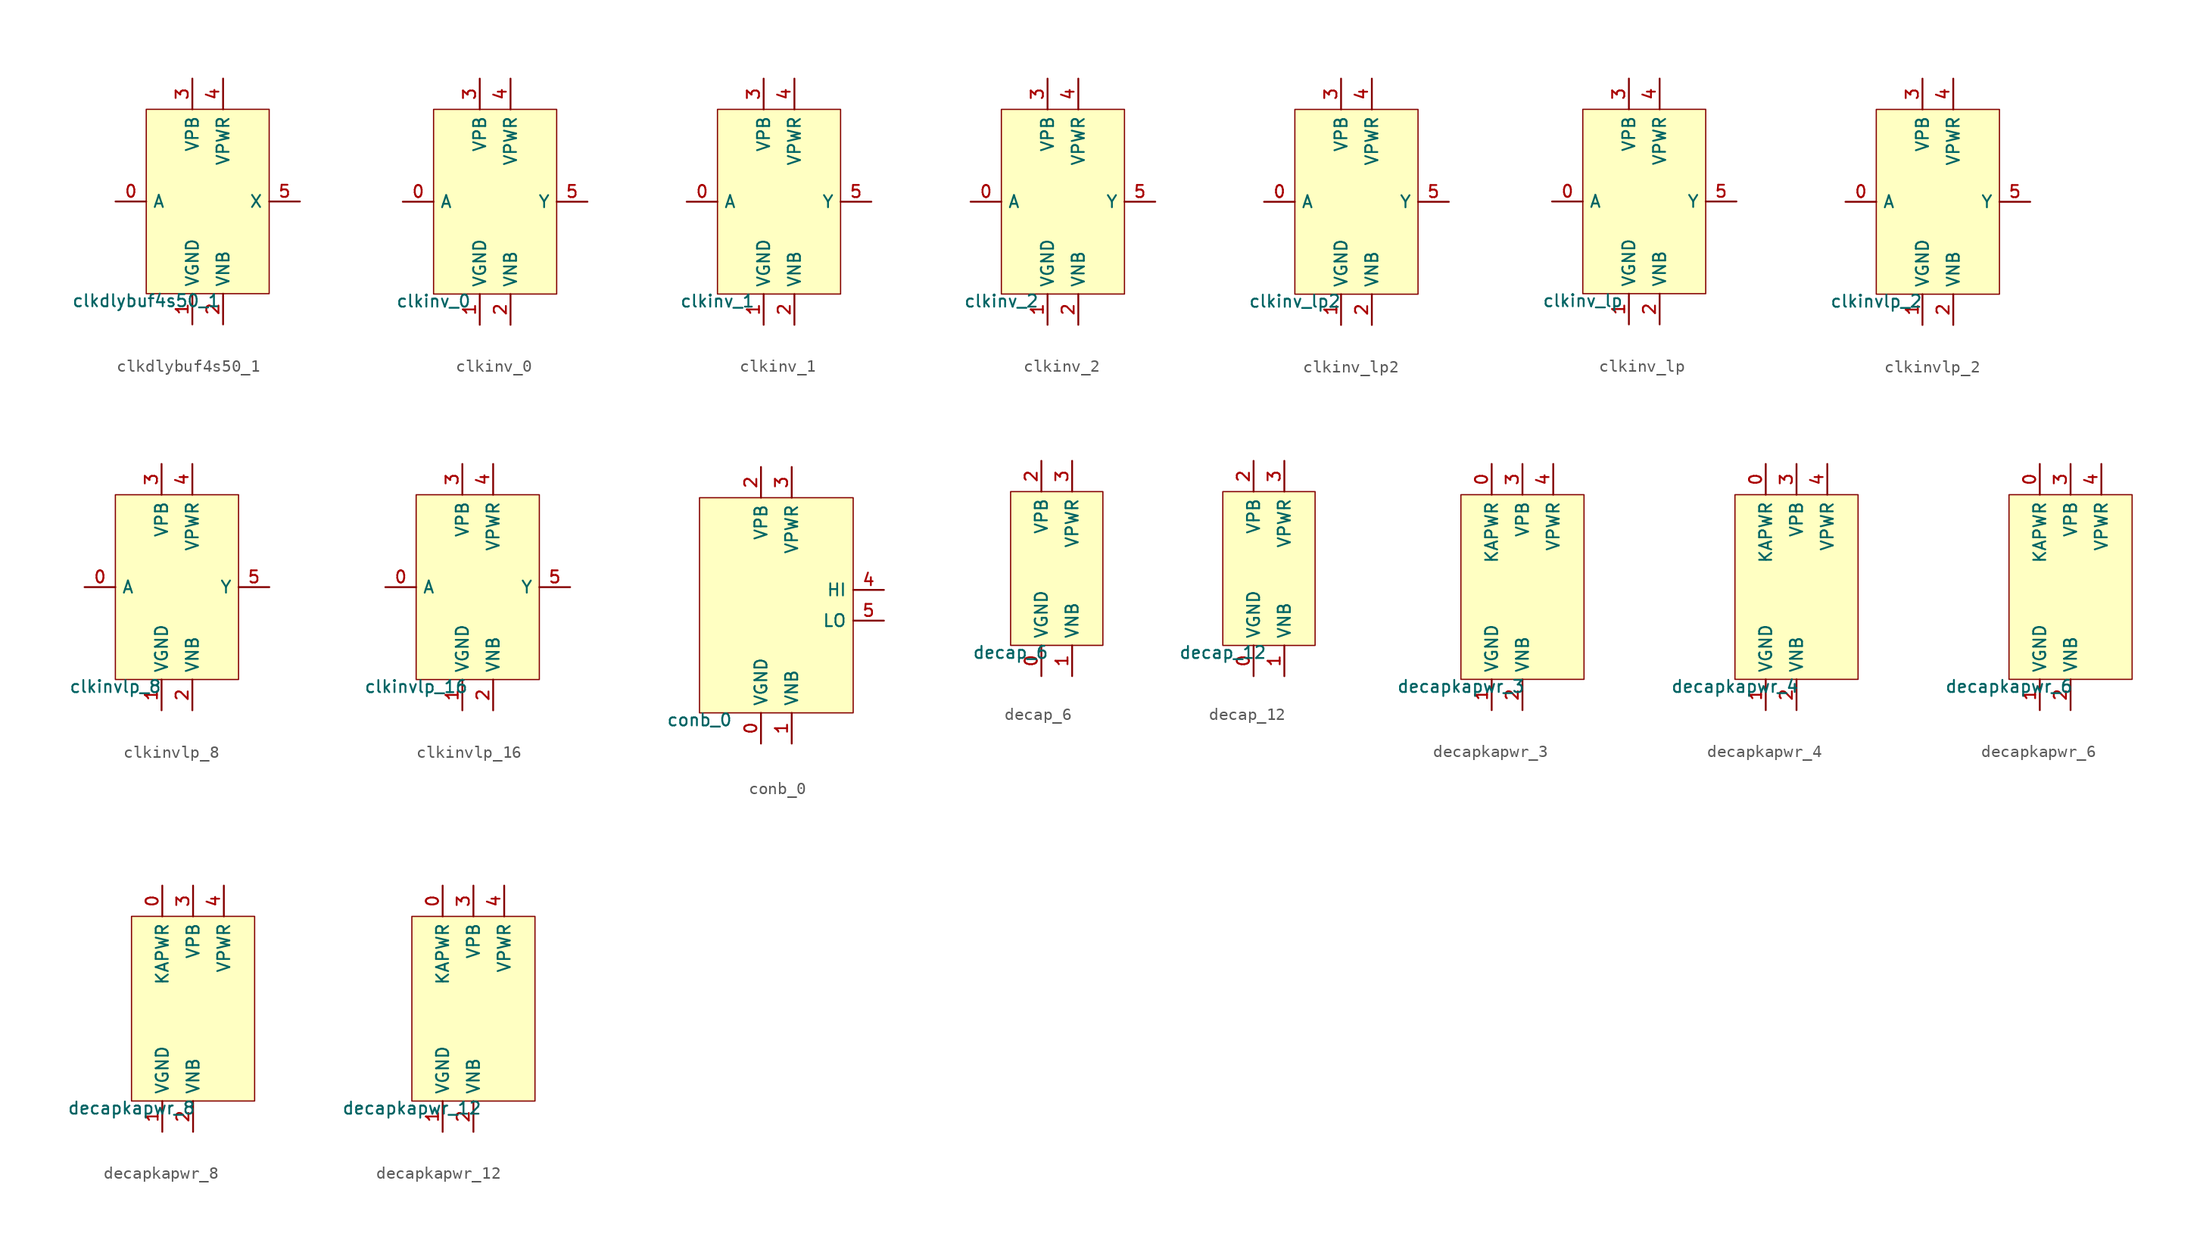
<source format=kicad_sym>
(kicad_symbol_lib
  (version 20211014)
  (generator pdk2kicad)
  (symbol "clkdlybuf4s50_1"
    (property "Reference" "X"
      (at 0 0 0)
      (effects (font (size 1 1)) hide))
    (property "Value" "clkdlybuf4s50_1"
      (at -5.08 -7.62 0)
      (effects (font (size 1 1)) (justify top)))
    (rectangle
      (start -5.08 -7.62)
      (end 5.08 7.62)
      (stroke (width 0.1) (type solid) (color 0 0 0 0))
      (fill (type background)))
    (pin input line
      (at -7.62 0.0 0)
      (length 2.54)
      (name "A" (effects (font (size 1 1)) hide))
      (number "0" (effects (font (size 1 1)) hide)))
    (pin power_in line
      (at -1.27 -10.16 90)
      (length 2.54)
      (name "VGND" (effects (font (size 1 1)) hide))
      (number "1" (effects (font (size 1 1)) hide)))
    (pin power_in line
      (at 1.27 -10.16 90)
      (length 2.54)
      (name "VNB" (effects (font (size 1 1)) hide))
      (number "2" (effects (font (size 1 1)) hide)))
    (pin power_in line
      (at -1.27 10.16 270)
      (length 2.54)
      (name "VPB" (effects (font (size 1 1)) hide))
      (number "3" (effects (font (size 1 1)) hide)))
    (pin power_in line
      (at 1.27 10.16 270)
      (length 2.54)
      (name "VPWR" (effects (font (size 1 1)) hide))
      (number "4" (effects (font (size 1 1)) hide)))
    (pin output line
      (at 7.62 0.0 180)
      (length 2.54)
      (name "X" (effects (font (size 1 1)) hide))
      (number "5" (effects (font (size 1 1)) hide))))
  (symbol "clkinv_0"
    (property "Reference" "X"
      (at 0 0 0)
      (effects (font (size 1 1)) hide))
    (property "Value" "clkinv_0"
      (at -5.08 -7.62 0)
      (effects (font (size 1 1)) (justify top)))
    (rectangle
      (start -5.08 -7.62)
      (end 5.08 7.62)
      (stroke (width 0.1) (type solid) (color 0 0 0 0))
      (fill (type background)))
    (pin input line
      (at -7.62 0.0 0)
      (length 2.54)
      (name "A" (effects (font (size 1 1)) hide))
      (number "0" (effects (font (size 1 1)) hide)))
    (pin power_in line
      (at -1.27 -10.16 90)
      (length 2.54)
      (name "VGND" (effects (font (size 1 1)) hide))
      (number "1" (effects (font (size 1 1)) hide)))
    (pin power_in line
      (at 1.27 -10.16 90)
      (length 2.54)
      (name "VNB" (effects (font (size 1 1)) hide))
      (number "2" (effects (font (size 1 1)) hide)))
    (pin power_in line
      (at -1.27 10.16 270)
      (length 2.54)
      (name "VPB" (effects (font (size 1 1)) hide))
      (number "3" (effects (font (size 1 1)) hide)))
    (pin power_in line
      (at 1.27 10.16 270)
      (length 2.54)
      (name "VPWR" (effects (font (size 1 1)) hide))
      (number "4" (effects (font (size 1 1)) hide)))
    (pin output line
      (at 7.62 0.0 180)
      (length 2.54)
      (name "Y" (effects (font (size 1 1)) hide))
      (number "5" (effects (font (size 1 1)) hide))))
  (symbol "clkinv_1"
    (property "Reference" "X"
      (at 0 0 0)
      (effects (font (size 1 1)) hide))
    (property "Value" "clkinv_1"
      (at -5.08 -7.62 0)
      (effects (font (size 1 1)) (justify top)))
    (rectangle
      (start -5.08 -7.62)
      (end 5.08 7.62)
      (stroke (width 0.1) (type solid) (color 0 0 0 0))
      (fill (type background)))
    (pin input line
      (at -7.62 0.0 0)
      (length 2.54)
      (name "A" (effects (font (size 1 1)) hide))
      (number "0" (effects (font (size 1 1)) hide)))
    (pin power_in line
      (at -1.27 -10.16 90)
      (length 2.54)
      (name "VGND" (effects (font (size 1 1)) hide))
      (number "1" (effects (font (size 1 1)) hide)))
    (pin power_in line
      (at 1.27 -10.16 90)
      (length 2.54)
      (name "VNB" (effects (font (size 1 1)) hide))
      (number "2" (effects (font (size 1 1)) hide)))
    (pin power_in line
      (at -1.27 10.16 270)
      (length 2.54)
      (name "VPB" (effects (font (size 1 1)) hide))
      (number "3" (effects (font (size 1 1)) hide)))
    (pin power_in line
      (at 1.27 10.16 270)
      (length 2.54)
      (name "VPWR" (effects (font (size 1 1)) hide))
      (number "4" (effects (font (size 1 1)) hide)))
    (pin output line
      (at 7.62 0.0 180)
      (length 2.54)
      (name "Y" (effects (font (size 1 1)) hide))
      (number "5" (effects (font (size 1 1)) hide))))
  (symbol "clkinv_2"
    (property "Reference" "X"
      (at 0 0 0)
      (effects (font (size 1 1)) hide))
    (property "Value" "clkinv_2"
      (at -5.08 -7.62 0)
      (effects (font (size 1 1)) (justify top)))
    (rectangle
      (start -5.08 -7.62)
      (end 5.08 7.62)
      (stroke (width 0.1) (type solid) (color 0 0 0 0))
      (fill (type background)))
    (pin input line
      (at -7.62 0.0 0)
      (length 2.54)
      (name "A" (effects (font (size 1 1)) hide))
      (number "0" (effects (font (size 1 1)) hide)))
    (pin power_in line
      (at -1.27 -10.16 90)
      (length 2.54)
      (name "VGND" (effects (font (size 1 1)) hide))
      (number "1" (effects (font (size 1 1)) hide)))
    (pin power_in line
      (at 1.27 -10.16 90)
      (length 2.54)
      (name "VNB" (effects (font (size 1 1)) hide))
      (number "2" (effects (font (size 1 1)) hide)))
    (pin power_in line
      (at -1.27 10.16 270)
      (length 2.54)
      (name "VPB" (effects (font (size 1 1)) hide))
      (number "3" (effects (font (size 1 1)) hide)))
    (pin power_in line
      (at 1.27 10.16 270)
      (length 2.54)
      (name "VPWR" (effects (font (size 1 1)) hide))
      (number "4" (effects (font (size 1 1)) hide)))
    (pin output line
      (at 7.62 0.0 180)
      (length 2.54)
      (name "Y" (effects (font (size 1 1)) hide))
      (number "5" (effects (font (size 1 1)) hide))))
  (symbol "clkinv_lp2"
    (property "Reference" "X"
      (at 0 0 0)
      (effects (font (size 1 1)) hide))
    (property "Value" "clkinv_lp2"
      (at -5.08 -7.62 0)
      (effects (font (size 1 1)) (justify top)))
    (rectangle
      (start -5.08 -7.62)
      (end 5.08 7.62)
      (stroke (width 0.1) (type solid) (color 0 0 0 0))
      (fill (type background)))
    (pin input line
      (at -7.62 0.0 0)
      (length 2.54)
      (name "A" (effects (font (size 1 1)) hide))
      (number "0" (effects (font (size 1 1)) hide)))
    (pin power_in line
      (at -1.27 -10.16 90)
      (length 2.54)
      (name "VGND" (effects (font (size 1 1)) hide))
      (number "1" (effects (font (size 1 1)) hide)))
    (pin power_in line
      (at 1.27 -10.16 90)
      (length 2.54)
      (name "VNB" (effects (font (size 1 1)) hide))
      (number "2" (effects (font (size 1 1)) hide)))
    (pin power_in line
      (at -1.27 10.16 270)
      (length 2.54)
      (name "VPB" (effects (font (size 1 1)) hide))
      (number "3" (effects (font (size 1 1)) hide)))
    (pin power_in line
      (at 1.27 10.16 270)
      (length 2.54)
      (name "VPWR" (effects (font (size 1 1)) hide))
      (number "4" (effects (font (size 1 1)) hide)))
    (pin output line
      (at 7.62 0.0 180)
      (length 2.54)
      (name "Y" (effects (font (size 1 1)) hide))
      (number "5" (effects (font (size 1 1)) hide))))
  (symbol "clkinv_lp"
    (property "Reference" "X"
      (at 0 0 0)
      (effects (font (size 1 1)) hide))
    (property "Value" "clkinv_lp"
      (at -5.08 -7.62 0)
      (effects (font (size 1 1)) (justify top)))
    (rectangle
      (start -5.08 -7.62)
      (end 5.08 7.62)
      (stroke (width 0.1) (type solid) (color 0 0 0 0))
      (fill (type background)))
    (pin input line
      (at -7.62 0.0 0)
      (length 2.54)
      (name "A" (effects (font (size 1 1)) hide))
      (number "0" (effects (font (size 1 1)) hide)))
    (pin power_in line
      (at -1.27 -10.16 90)
      (length 2.54)
      (name "VGND" (effects (font (size 1 1)) hide))
      (number "1" (effects (font (size 1 1)) hide)))
    (pin power_in line
      (at 1.27 -10.16 90)
      (length 2.54)
      (name "VNB" (effects (font (size 1 1)) hide))
      (number "2" (effects (font (size 1 1)) hide)))
    (pin power_in line
      (at -1.27 10.16 270)
      (length 2.54)
      (name "VPB" (effects (font (size 1 1)) hide))
      (number "3" (effects (font (size 1 1)) hide)))
    (pin power_in line
      (at 1.27 10.16 270)
      (length 2.54)
      (name "VPWR" (effects (font (size 1 1)) hide))
      (number "4" (effects (font (size 1 1)) hide)))
    (pin output line
      (at 7.62 0.0 180)
      (length 2.54)
      (name "Y" (effects (font (size 1 1)) hide))
      (number "5" (effects (font (size 1 1)) hide))))
  (symbol "clkinvlp_2"
    (property "Reference" "X"
      (at 0 0 0)
      (effects (font (size 1 1)) hide))
    (property "Value" "clkinvlp_2"
      (at -5.08 -7.62 0)
      (effects (font (size 1 1)) (justify top)))
    (rectangle
      (start -5.08 -7.62)
      (end 5.08 7.62)
      (stroke (width 0.1) (type solid) (color 0 0 0 0))
      (fill (type background)))
    (pin input line
      (at -7.62 0.0 0)
      (length 2.54)
      (name "A" (effects (font (size 1 1)) hide))
      (number "0" (effects (font (size 1 1)) hide)))
    (pin power_in line
      (at -1.27 -10.16 90)
      (length 2.54)
      (name "VGND" (effects (font (size 1 1)) hide))
      (number "1" (effects (font (size 1 1)) hide)))
    (pin power_in line
      (at 1.27 -10.16 90)
      (length 2.54)
      (name "VNB" (effects (font (size 1 1)) hide))
      (number "2" (effects (font (size 1 1)) hide)))
    (pin power_in line
      (at -1.27 10.16 270)
      (length 2.54)
      (name "VPB" (effects (font (size 1 1)) hide))
      (number "3" (effects (font (size 1 1)) hide)))
    (pin power_in line
      (at 1.27 10.16 270)
      (length 2.54)
      (name "VPWR" (effects (font (size 1 1)) hide))
      (number "4" (effects (font (size 1 1)) hide)))
    (pin output line
      (at 7.62 0.0 180)
      (length 2.54)
      (name "Y" (effects (font (size 1 1)) hide))
      (number "5" (effects (font (size 1 1)) hide))))
  (symbol "clkinvlp_8"
    (property "Reference" "X"
      (at 0 0 0)
      (effects (font (size 1 1)) hide))
    (property "Value" "clkinvlp_8"
      (at -5.08 -7.62 0)
      (effects (font (size 1 1)) (justify top)))
    (rectangle
      (start -5.08 -7.62)
      (end 5.08 7.62)
      (stroke (width 0.1) (type solid) (color 0 0 0 0))
      (fill (type background)))
    (pin input line
      (at -7.62 0.0 0)
      (length 2.54)
      (name "A" (effects (font (size 1 1)) hide))
      (number "0" (effects (font (size 1 1)) hide)))
    (pin power_in line
      (at -1.27 -10.16 90)
      (length 2.54)
      (name "VGND" (effects (font (size 1 1)) hide))
      (number "1" (effects (font (size 1 1)) hide)))
    (pin power_in line
      (at 1.27 -10.16 90)
      (length 2.54)
      (name "VNB" (effects (font (size 1 1)) hide))
      (number "2" (effects (font (size 1 1)) hide)))
    (pin power_in line
      (at -1.27 10.16 270)
      (length 2.54)
      (name "VPB" (effects (font (size 1 1)) hide))
      (number "3" (effects (font (size 1 1)) hide)))
    (pin power_in line
      (at 1.27 10.16 270)
      (length 2.54)
      (name "VPWR" (effects (font (size 1 1)) hide))
      (number "4" (effects (font (size 1 1)) hide)))
    (pin output line
      (at 7.62 0.0 180)
      (length 2.54)
      (name "Y" (effects (font (size 1 1)) hide))
      (number "5" (effects (font (size 1 1)) hide))))
  (symbol "clkinvlp_16"
    (property "Reference" "X"
      (at 0 0 0)
      (effects (font (size 1 1)) hide))
    (property "Value" "clkinvlp_16"
      (at -5.08 -7.62 0)
      (effects (font (size 1 1)) (justify top)))
    (rectangle
      (start -5.08 -7.62)
      (end 5.08 7.62)
      (stroke (width 0.1) (type solid) (color 0 0 0 0))
      (fill (type background)))
    (pin input line
      (at -7.62 0.0 0)
      (length 2.54)
      (name "A" (effects (font (size 1 1)) hide))
      (number "0" (effects (font (size 1 1)) hide)))
    (pin power_in line
      (at -1.27 -10.16 90)
      (length 2.54)
      (name "VGND" (effects (font (size 1 1)) hide))
      (number "1" (effects (font (size 1 1)) hide)))
    (pin power_in line
      (at 1.27 -10.16 90)
      (length 2.54)
      (name "VNB" (effects (font (size 1 1)) hide))
      (number "2" (effects (font (size 1 1)) hide)))
    (pin power_in line
      (at -1.27 10.16 270)
      (length 2.54)
      (name "VPB" (effects (font (size 1 1)) hide))
      (number "3" (effects (font (size 1 1)) hide)))
    (pin power_in line
      (at 1.27 10.16 270)
      (length 2.54)
      (name "VPWR" (effects (font (size 1 1)) hide))
      (number "4" (effects (font (size 1 1)) hide)))
    (pin output line
      (at 7.62 0.0 180)
      (length 2.54)
      (name "Y" (effects (font (size 1 1)) hide))
      (number "5" (effects (font (size 1 1)) hide))))
  (symbol "conb_0"
    (property "Reference" "X"
      (at 0 0 0)
      (effects (font (size 1 1)) hide))
    (property "Value" "conb_0"
      (at -6.35 -8.89 0)
      (effects (font (size 1 1)) (justify top)))
    (rectangle
      (start -6.35 -8.89)
      (end 6.35 8.89)
      (stroke (width 0.1) (type solid) (color 0 0 0 0))
      (fill (type background)))
    (pin power_in line
      (at -1.27 -11.43 90)
      (length 2.54)
      (name "VGND" (effects (font (size 1 1)) hide))
      (number "0" (effects (font (size 1 1)) hide)))
    (pin power_in line
      (at 1.27 -11.43 90)
      (length 2.54)
      (name "VNB" (effects (font (size 1 1)) hide))
      (number "1" (effects (font (size 1 1)) hide)))
    (pin power_in line
      (at -1.27 11.43 270)
      (length 2.54)
      (name "VPB" (effects (font (size 1 1)) hide))
      (number "2" (effects (font (size 1 1)) hide)))
    (pin power_in line
      (at 1.27 11.43 270)
      (length 2.54)
      (name "VPWR" (effects (font (size 1 1)) hide))
      (number "3" (effects (font (size 1 1)) hide)))
    (pin output line
      (at 8.89 1.27 180)
      (length 2.54)
      (name "HI" (effects (font (size 1 1)) hide))
      (number "4" (effects (font (size 1 1)) hide)))
    (pin output line
      (at 8.89 -1.27 180)
      (length 2.54)
      (name "LO" (effects (font (size 1 1)) hide))
      (number "5" (effects (font (size 1 1)) hide))))
  (symbol "decap_6"
    (property "Reference" "X"
      (at 0 0 0)
      (effects (font (size 1 1)) hide))
    (property "Value" "decap_6"
      (at -3.81 -6.35 0)
      (effects (font (size 1 1)) (justify top)))
    (rectangle
      (start -3.81 -6.35)
      (end 3.81 6.35)
      (stroke (width 0.1) (type solid) (color 0 0 0 0))
      (fill (type background)))
    (pin power_in line
      (at -1.27 -8.89 90)
      (length 2.54)
      (name "VGND" (effects (font (size 1 1)) hide))
      (number "0" (effects (font (size 1 1)) hide)))
    (pin power_in line
      (at 1.27 -8.89 90)
      (length 2.54)
      (name "VNB" (effects (font (size 1 1)) hide))
      (number "1" (effects (font (size 1 1)) hide)))
    (pin power_in line
      (at -1.27 8.89 270)
      (length 2.54)
      (name "VPB" (effects (font (size 1 1)) hide))
      (number "2" (effects (font (size 1 1)) hide)))
    (pin power_in line
      (at 1.27 8.89 270)
      (length 2.54)
      (name "VPWR" (effects (font (size 1 1)) hide))
      (number "3" (effects (font (size 1 1)) hide))))
  (symbol "decap_12"
    (property "Reference" "X"
      (at 0 0 0)
      (effects (font (size 1 1)) hide))
    (property "Value" "decap_12"
      (at -3.81 -6.35 0)
      (effects (font (size 1 1)) (justify top)))
    (rectangle
      (start -3.81 -6.35)
      (end 3.81 6.35)
      (stroke (width 0.1) (type solid) (color 0 0 0 0))
      (fill (type background)))
    (pin power_in line
      (at -1.27 -8.89 90)
      (length 2.54)
      (name "VGND" (effects (font (size 1 1)) hide))
      (number "0" (effects (font (size 1 1)) hide)))
    (pin power_in line
      (at 1.27 -8.89 90)
      (length 2.54)
      (name "VNB" (effects (font (size 1 1)) hide))
      (number "1" (effects (font (size 1 1)) hide)))
    (pin power_in line
      (at -1.27 8.89 270)
      (length 2.54)
      (name "VPB" (effects (font (size 1 1)) hide))
      (number "2" (effects (font (size 1 1)) hide)))
    (pin power_in line
      (at 1.27 8.89 270)
      (length 2.54)
      (name "VPWR" (effects (font (size 1 1)) hide))
      (number "3" (effects (font (size 1 1)) hide))))
  (symbol "decapkapwr_3"
    (property "Reference" "X"
      (at 0 0 0)
      (effects (font (size 1 1)) hide))
    (property "Value" "decapkapwr_3"
      (at -5.08 -7.62 0)
      (effects (font (size 1 1)) (justify top)))
    (rectangle
      (start -5.08 -7.62)
      (end 5.08 7.62)
      (stroke (width 0.1) (type solid) (color 0 0 0 0))
      (fill (type background)))
    (pin power_in line
      (at -2.54 10.16 270)
      (length 2.54)
      (name "KAPWR" (effects (font (size 1 1)) hide))
      (number "0" (effects (font (size 1 1)) hide)))
    (pin power_in line
      (at -2.54 -10.16 90)
      (length 2.54)
      (name "VGND" (effects (font (size 1 1)) hide))
      (number "1" (effects (font (size 1 1)) hide)))
    (pin power_in line
      (at 0.0 -10.16 90)
      (length 2.54)
      (name "VNB" (effects (font (size 1 1)) hide))
      (number "2" (effects (font (size 1 1)) hide)))
    (pin power_in line
      (at 0.0 10.16 270)
      (length 2.54)
      (name "VPB" (effects (font (size 1 1)) hide))
      (number "3" (effects (font (size 1 1)) hide)))
    (pin power_in line
      (at 2.54 10.16 270)
      (length 2.54)
      (name "VPWR" (effects (font (size 1 1)) hide))
      (number "4" (effects (font (size 1 1)) hide))))
  (symbol "decapkapwr_4"
    (property "Reference" "X"
      (at 0 0 0)
      (effects (font (size 1 1)) hide))
    (property "Value" "decapkapwr_4"
      (at -5.08 -7.62 0)
      (effects (font (size 1 1)) (justify top)))
    (rectangle
      (start -5.08 -7.62)
      (end 5.08 7.62)
      (stroke (width 0.1) (type solid) (color 0 0 0 0))
      (fill (type background)))
    (pin power_in line
      (at -2.54 10.16 270)
      (length 2.54)
      (name "KAPWR" (effects (font (size 1 1)) hide))
      (number "0" (effects (font (size 1 1)) hide)))
    (pin power_in line
      (at -2.54 -10.16 90)
      (length 2.54)
      (name "VGND" (effects (font (size 1 1)) hide))
      (number "1" (effects (font (size 1 1)) hide)))
    (pin power_in line
      (at 0.0 -10.16 90)
      (length 2.54)
      (name "VNB" (effects (font (size 1 1)) hide))
      (number "2" (effects (font (size 1 1)) hide)))
    (pin power_in line
      (at 0.0 10.16 270)
      (length 2.54)
      (name "VPB" (effects (font (size 1 1)) hide))
      (number "3" (effects (font (size 1 1)) hide)))
    (pin power_in line
      (at 2.54 10.16 270)
      (length 2.54)
      (name "VPWR" (effects (font (size 1 1)) hide))
      (number "4" (effects (font (size 1 1)) hide))))
  (symbol "decapkapwr_6"
    (property "Reference" "X"
      (at 0 0 0)
      (effects (font (size 1 1)) hide))
    (property "Value" "decapkapwr_6"
      (at -5.08 -7.62 0)
      (effects (font (size 1 1)) (justify top)))
    (rectangle
      (start -5.08 -7.62)
      (end 5.08 7.62)
      (stroke (width 0.1) (type solid) (color 0 0 0 0))
      (fill (type background)))
    (pin power_in line
      (at -2.54 10.16 270)
      (length 2.54)
      (name "KAPWR" (effects (font (size 1 1)) hide))
      (number "0" (effects (font (size 1 1)) hide)))
    (pin power_in line
      (at -2.54 -10.16 90)
      (length 2.54)
      (name "VGND" (effects (font (size 1 1)) hide))
      (number "1" (effects (font (size 1 1)) hide)))
    (pin power_in line
      (at 0.0 -10.16 90)
      (length 2.54)
      (name "VNB" (effects (font (size 1 1)) hide))
      (number "2" (effects (font (size 1 1)) hide)))
    (pin power_in line
      (at 0.0 10.16 270)
      (length 2.54)
      (name "VPB" (effects (font (size 1 1)) hide))
      (number "3" (effects (font (size 1 1)) hide)))
    (pin power_in line
      (at 2.54 10.16 270)
      (length 2.54)
      (name "VPWR" (effects (font (size 1 1)) hide))
      (number "4" (effects (font (size 1 1)) hide))))
  (symbol "decapkapwr_8"
    (property "Reference" "X"
      (at 0 0 0)
      (effects (font (size 1 1)) hide))
    (property "Value" "decapkapwr_8"
      (at -5.08 -7.62 0)
      (effects (font (size 1 1)) (justify top)))
    (rectangle
      (start -5.08 -7.62)
      (end 5.08 7.62)
      (stroke (width 0.1) (type solid) (color 0 0 0 0))
      (fill (type background)))
    (pin power_in line
      (at -2.54 10.16 270)
      (length 2.54)
      (name "KAPWR" (effects (font (size 1 1)) hide))
      (number "0" (effects (font (size 1 1)) hide)))
    (pin power_in line
      (at -2.54 -10.16 90)
      (length 2.54)
      (name "VGND" (effects (font (size 1 1)) hide))
      (number "1" (effects (font (size 1 1)) hide)))
    (pin power_in line
      (at 0.0 -10.16 90)
      (length 2.54)
      (name "VNB" (effects (font (size 1 1)) hide))
      (number "2" (effects (font (size 1 1)) hide)))
    (pin power_in line
      (at 0.0 10.16 270)
      (length 2.54)
      (name "VPB" (effects (font (size 1 1)) hide))
      (number "3" (effects (font (size 1 1)) hide)))
    (pin power_in line
      (at 2.54 10.16 270)
      (length 2.54)
      (name "VPWR" (effects (font (size 1 1)) hide))
      (number "4" (effects (font (size 1 1)) hide))))
  (symbol "decapkapwr_12"
    (property "Reference" "X"
      (at 0 0 0)
      (effects (font (size 1 1)) hide))
    (property "Value" "decapkapwr_12"
      (at -5.08 -7.62 0)
      (effects (font (size 1 1)) (justify top)))
    (rectangle
      (start -5.08 -7.62)
      (end 5.08 7.62)
      (stroke (width 0.1) (type solid) (color 0 0 0 0))
      (fill (type background)))
    (pin power_in line
      (at -2.54 10.16 270)
      (length 2.54)
      (name "KAPWR" (effects (font (size 1 1)) hide))
      (number "0" (effects (font (size 1 1)) hide)))
    (pin power_in line
      (at -2.54 -10.16 90)
      (length 2.54)
      (name "VGND" (effects (font (size 1 1)) hide))
      (number "1" (effects (font (size 1 1)) hide)))
    (pin power_in line
      (at 0.0 -10.16 90)
      (length 2.54)
      (name "VNB" (effects (font (size 1 1)) hide))
      (number "2" (effects (font (size 1 1)) hide)))
    (pin power_in line
      (at 0.0 10.16 270)
      (length 2.54)
      (name "VPB" (effects (font (size 1 1)) hide))
      (number "3" (effects (font (size 1 1)) hide)))
    (pin power_in line
      (at 2.54 10.16 270)
      (length 2.54)
      (name "VPWR" (effects (font (size 1 1)) hide))
      (number "4" (effects (font (size 1 1)) hide)))))
</source>
